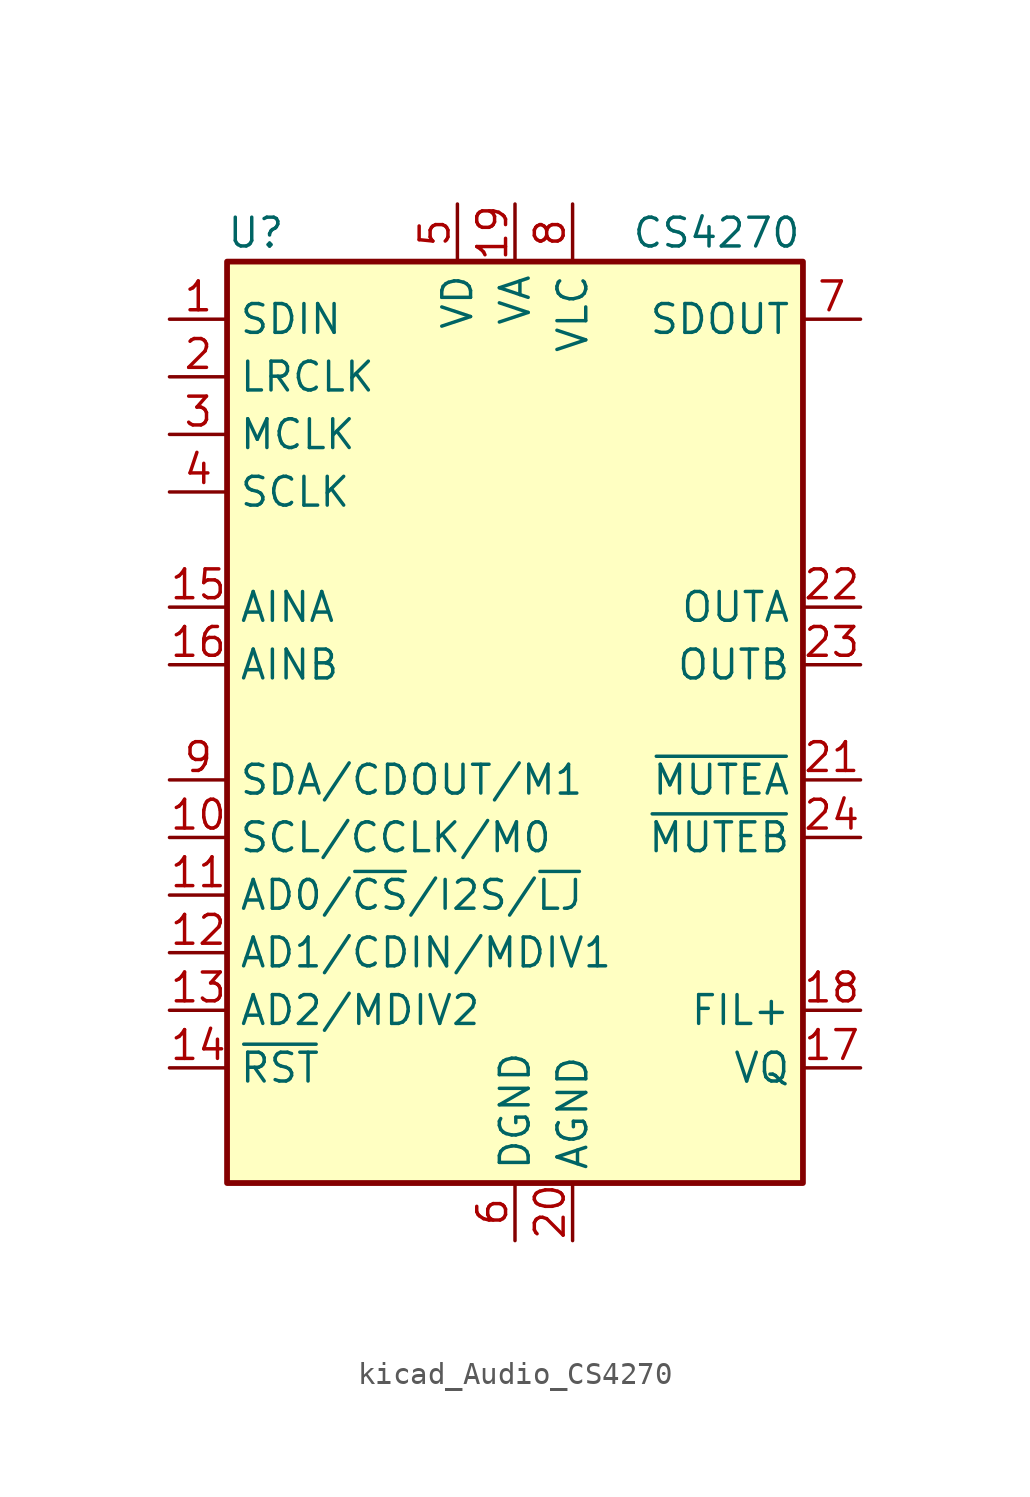
<source format=kicad_sym>
(kicad_symbol_lib
  (version 20220914)
  (generator kicad_symbol_editor)
  (symbol "kicad_Audio_CS4270"
    (property "Reference" "U"
      (at -11.43 21.59 0)
      (effects (font (size 1.27 1.27))))
    (property "Value" "CS4270"
      (at 8.89 21.59 0)
      (effects (font (size 1.27 1.27))))
    (symbol "kicad_Audio_CS4270_0_1"
      (rectangle (start -12.7 20.32) (end 12.7 -20.32) (stroke (width 0.254) (type default)) (fill (type background))))
    (symbol "kicad_Audio_CS4270_1_0"
      (pin input line (at -15.24 17.78 0) (length 2.54) (name "SDIN" (effects (font (size 1.27 1.27)))) (number "1" (effects (font (size 1.27 1.27)))))
      (pin input line (at -15.24 -5.08 0) (length 2.54) (name "SCL/CCLK/M0" (effects (font (size 1.27 1.27)))) (number "10" (effects (font (size 1.27 1.27)))))
      (pin input line (at -15.24 -7.62 0) (length 2.54) (name "AD0/~{CS}/I2S/~{LJ}" (effects (font (size 1.27 1.27)))) (number "11" (effects (font (size 1.27 1.27)))))
      (pin input line (at -15.24 -10.16 0) (length 2.54) (name "AD1/CDIN/MDIV1" (effects (font (size 1.27 1.27)))) (number "12" (effects (font (size 1.27 1.27)))))
      (pin input line (at -15.24 -12.7 0) (length 2.54) (name "AD2/MDIV2" (effects (font (size 1.27 1.27)))) (number "13" (effects (font (size 1.27 1.27)))))
      (pin input line (at -15.24 -15.24 0) (length 2.54) (name "~{RST}" (effects (font (size 1.27 1.27)))) (number "14" (effects (font (size 1.27 1.27)))))
      (pin input line (at -15.24 5.08 0) (length 2.54) (name "AINA" (effects (font (size 1.27 1.27)))) (number "15" (effects (font (size 1.27 1.27)))))
      (pin input line (at -15.24 2.54 0) (length 2.54) (name "AINB" (effects (font (size 1.27 1.27)))) (number "16" (effects (font (size 1.27 1.27)))))
      (pin passive line (at 15.24 -15.24 180) (length 2.54) (name "VQ" (effects (font (size 1.27 1.27)))) (number "17" (effects (font (size 1.27 1.27)))))
      (pin passive line (at 15.24 -12.7 180) (length 2.54) (name "FIL+" (effects (font (size 1.27 1.27)))) (number "18" (effects (font (size 1.27 1.27)))))
      (pin power_in line (at 0 22.86 270) (length 2.54) (name "VA" (effects (font (size 1.27 1.27)))) (number "19" (effects (font (size 1.27 1.27)))))
      (pin bidirectional line (at -15.24 15.24 0) (length 2.54) (name "LRCLK" (effects (font (size 1.27 1.27)))) (number "2" (effects (font (size 1.27 1.27)))))
      (pin power_in line (at 2.54 -22.86 90) (length 2.54) (name "AGND" (effects (font (size 1.27 1.27)))) (number "20" (effects (font (size 1.27 1.27)))))
      (pin input line (at 15.24 -2.54 180) (length 2.54) (name "~{MUTEA}" (effects (font (size 1.27 1.27)))) (number "21" (effects (font (size 1.27 1.27)))))
      (pin output line (at 15.24 5.08 180) (length 2.54) (name "OUTA" (effects (font (size 1.27 1.27)))) (number "22" (effects (font (size 1.27 1.27)))))
      (pin output line (at 15.24 2.54 180) (length 2.54) (name "OUTB" (effects (font (size 1.27 1.27)))) (number "23" (effects (font (size 1.27 1.27)))))
      (pin input line (at 15.24 -5.08 180) (length 2.54) (name "~{MUTEB}" (effects (font (size 1.27 1.27)))) (number "24" (effects (font (size 1.27 1.27)))))
      (pin input line (at -15.24 12.7 0) (length 2.54) (name "MCLK" (effects (font (size 1.27 1.27)))) (number "3" (effects (font (size 1.27 1.27)))))
      (pin bidirectional line (at -15.24 10.16 0) (length 2.54) (name "SCLK" (effects (font (size 1.27 1.27)))) (number "4" (effects (font (size 1.27 1.27)))))
      (pin power_in line (at -2.54 22.86 270) (length 2.54) (name "VD" (effects (font (size 1.27 1.27)))) (number "5" (effects (font (size 1.27 1.27)))))
      (pin power_in line (at 0 -22.86 90) (length 2.54) (name "DGND" (effects (font (size 1.27 1.27)))) (number "6" (effects (font (size 1.27 1.27)))))
      (pin output line (at 15.24 17.78 180) (length 2.54) (name "SDOUT" (effects (font (size 1.27 1.27)))) (number "7" (effects (font (size 1.27 1.27)))))
      (pin power_in line (at 2.54 22.86 270) (length 2.54) (name "VLC" (effects (font (size 1.27 1.27)))) (number "8" (effects (font (size 1.27 1.27)))))
      (pin bidirectional line (at -15.24 -2.54 0) (length 2.54) (name "SDA/CDOUT/M1" (effects (font (size 1.27 1.27)))) (number "9" (effects (font (size 1.27 1.27))))))))
</source>
